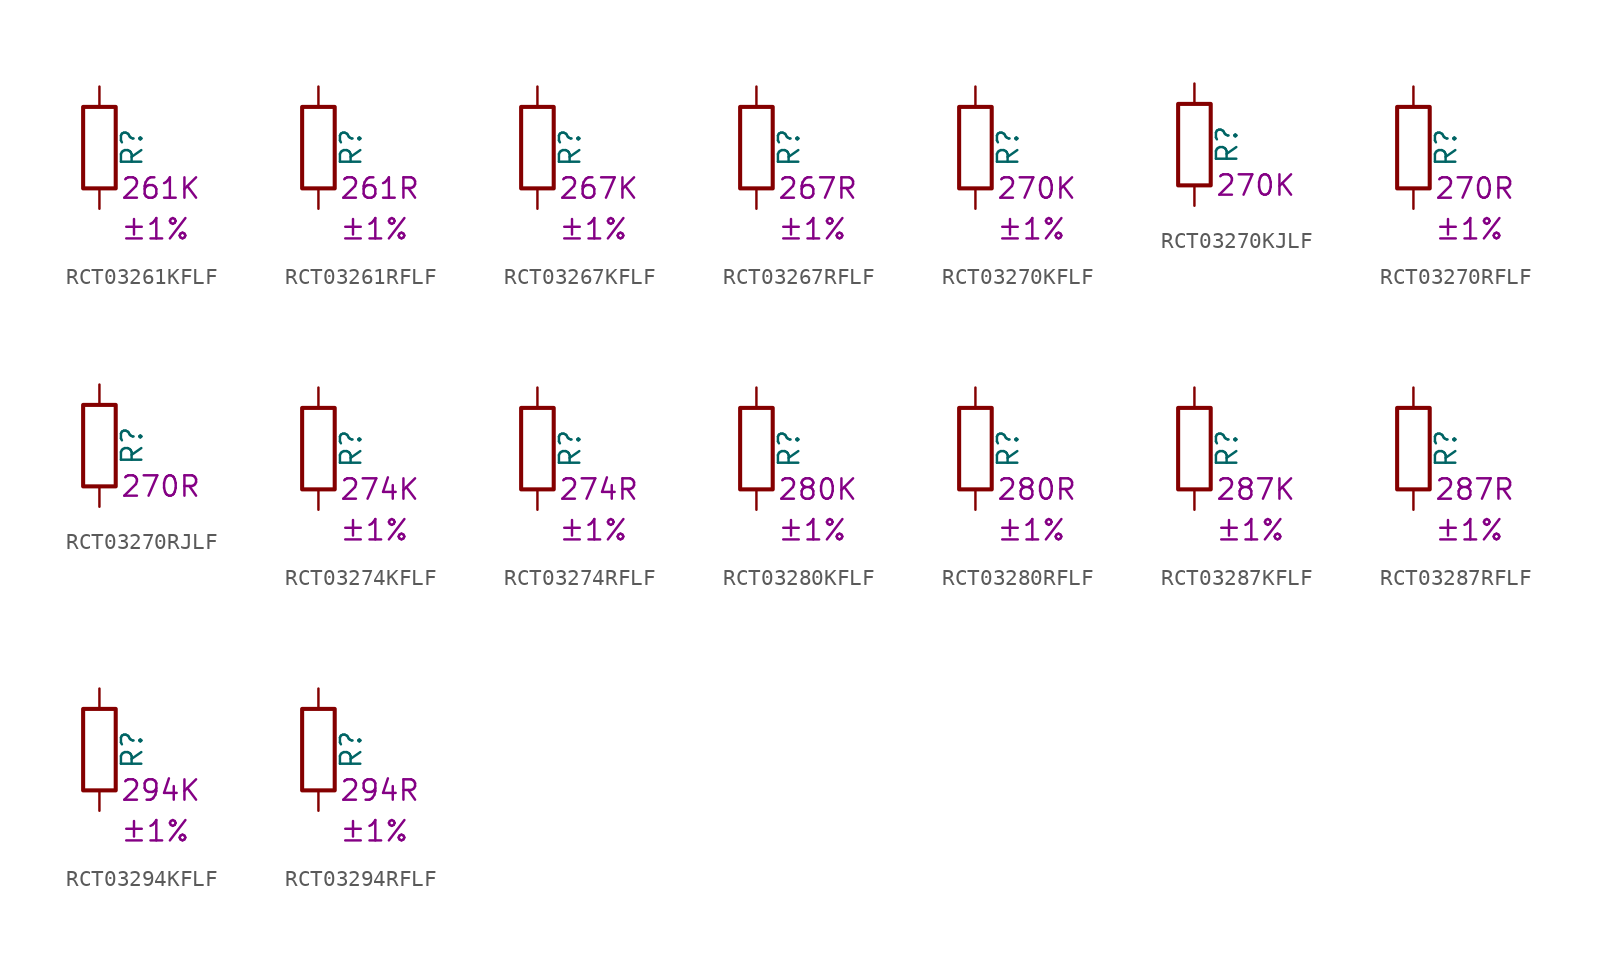
<source format=kicad_sym>
(kicad_symbol_lib
  (version 20220914)
  (generator kicad_symbol_editor)
  (symbol "RCT03261KFLF"
    (pin_numbers hide)
    (pin_names
      (offset 0))
    (property "Reference" "R"
      (at 2.032 0 90)
      (effects (font (size 1.27 1.27))))
    (property "Resistance" "261K"
      (at 1.27 -2.54 0)
      (effects (font (size 1.27 1.27)) (justify left)))
    (property "Tolerance" "±1%"
      (at 1.27 -5.08 0)
      (effects (font (size 1.27 1.27)) (justify left)))
    (symbol "RCT03261KFLF_0_1"
      (rectangle (start -1.016 -2.54) (end 1.016 2.54) (stroke (width 0.254) (type default)) (fill (type none))))
    (symbol "RCT03261KFLF_1_1"
      (pin passive line (at 0 3.81 270) (length 1.27) (name "~" (effects (font (size 1.27 1.27)))) (number "1" (effects (font (size 1.27 1.27)))))
      (pin passive line (at 0 -3.81 90) (length 1.27) (name "~" (effects (font (size 1.27 1.27)))) (number "2" (effects (font (size 1.27 1.27)))))))
  (symbol "RCT03261RFLF"
    (pin_numbers hide)
    (pin_names
      (offset 0))
    (property "Reference" "R"
      (at 2.032 0 90)
      (effects (font (size 1.27 1.27))))
    (property "Resistance" "261R"
      (at 1.27 -2.54 0)
      (effects (font (size 1.27 1.27)) (justify left)))
    (property "Tolerance" "±1%"
      (at 1.27 -5.08 0)
      (effects (font (size 1.27 1.27)) (justify left)))
    (symbol "RCT03261RFLF_0_1"
      (rectangle (start -1.016 -2.54) (end 1.016 2.54) (stroke (width 0.254) (type default)) (fill (type none))))
    (symbol "RCT03261RFLF_1_1"
      (pin passive line (at 0 3.81 270) (length 1.27) (name "~" (effects (font (size 1.27 1.27)))) (number "1" (effects (font (size 1.27 1.27)))))
      (pin passive line (at 0 -3.81 90) (length 1.27) (name "~" (effects (font (size 1.27 1.27)))) (number "2" (effects (font (size 1.27 1.27)))))))
  (symbol "RCT03267KFLF"
    (pin_numbers hide)
    (pin_names
      (offset 0))
    (property "Reference" "R"
      (at 2.032 0 90)
      (effects (font (size 1.27 1.27))))
    (property "Resistance" "267K"
      (at 1.27 -2.54 0)
      (effects (font (size 1.27 1.27)) (justify left)))
    (property "Tolerance" "±1%"
      (at 1.27 -5.08 0)
      (effects (font (size 1.27 1.27)) (justify left)))
    (symbol "RCT03267KFLF_0_1"
      (rectangle (start -1.016 -2.54) (end 1.016 2.54) (stroke (width 0.254) (type default)) (fill (type none))))
    (symbol "RCT03267KFLF_1_1"
      (pin passive line (at 0 3.81 270) (length 1.27) (name "~" (effects (font (size 1.27 1.27)))) (number "1" (effects (font (size 1.27 1.27)))))
      (pin passive line (at 0 -3.81 90) (length 1.27) (name "~" (effects (font (size 1.27 1.27)))) (number "2" (effects (font (size 1.27 1.27)))))))
  (symbol "RCT03267RFLF"
    (pin_numbers hide)
    (pin_names
      (offset 0))
    (property "Reference" "R"
      (at 2.032 0 90)
      (effects (font (size 1.27 1.27))))
    (property "Resistance" "267R"
      (at 1.27 -2.54 0)
      (effects (font (size 1.27 1.27)) (justify left)))
    (property "Tolerance" "±1%"
      (at 1.27 -5.08 0)
      (effects (font (size 1.27 1.27)) (justify left)))
    (symbol "RCT03267RFLF_0_1"
      (rectangle (start -1.016 -2.54) (end 1.016 2.54) (stroke (width 0.254) (type default)) (fill (type none))))
    (symbol "RCT03267RFLF_1_1"
      (pin passive line (at 0 3.81 270) (length 1.27) (name "~" (effects (font (size 1.27 1.27)))) (number "1" (effects (font (size 1.27 1.27)))))
      (pin passive line (at 0 -3.81 90) (length 1.27) (name "~" (effects (font (size 1.27 1.27)))) (number "2" (effects (font (size 1.27 1.27)))))))
  (symbol "RCT03270KFLF"
    (pin_numbers hide)
    (pin_names
      (offset 0))
    (property "Reference" "R"
      (at 2.032 0 90)
      (effects (font (size 1.27 1.27))))
    (property "Resistance" "270K"
      (at 1.27 -2.54 0)
      (effects (font (size 1.27 1.27)) (justify left)))
    (property "Tolerance" "±1%"
      (at 1.27 -5.08 0)
      (effects (font (size 1.27 1.27)) (justify left)))
    (symbol "RCT03270KFLF_0_1"
      (rectangle (start -1.016 -2.54) (end 1.016 2.54) (stroke (width 0.254) (type default)) (fill (type none))))
    (symbol "RCT03270KFLF_1_1"
      (pin passive line (at 0 3.81 270) (length 1.27) (name "~" (effects (font (size 1.27 1.27)))) (number "1" (effects (font (size 1.27 1.27)))))
      (pin passive line (at 0 -3.81 90) (length 1.27) (name "~" (effects (font (size 1.27 1.27)))) (number "2" (effects (font (size 1.27 1.27)))))))
  (symbol "RCT03270KJLF"
    (pin_numbers hide)
    (pin_names
      (offset 0))
    (property "Reference" "R"
      (at 2.032 0 90)
      (effects (font (size 1.27 1.27))))
    (property "Resistance" "270K"
      (at 1.27 -2.54 0)
      (effects (font (size 1.27 1.27)) (justify left)))
    (symbol "RCT03270KJLF_0_1"
      (rectangle (start -1.016 -2.54) (end 1.016 2.54) (stroke (width 0.254) (type default)) (fill (type none))))
    (symbol "RCT03270KJLF_1_1"
      (pin passive line (at 0 3.81 270) (length 1.27) (name "~" (effects (font (size 1.27 1.27)))) (number "1" (effects (font (size 1.27 1.27)))))
      (pin passive line (at 0 -3.81 90) (length 1.27) (name "~" (effects (font (size 1.27 1.27)))) (number "2" (effects (font (size 1.27 1.27)))))))
  (symbol "RCT03270RFLF"
    (pin_numbers hide)
    (pin_names
      (offset 0))
    (property "Reference" "R"
      (at 2.032 0 90)
      (effects (font (size 1.27 1.27))))
    (property "Resistance" "270R"
      (at 1.27 -2.54 0)
      (effects (font (size 1.27 1.27)) (justify left)))
    (property "Tolerance" "±1%"
      (at 1.27 -5.08 0)
      (effects (font (size 1.27 1.27)) (justify left)))
    (symbol "RCT03270RFLF_0_1"
      (rectangle (start -1.016 -2.54) (end 1.016 2.54) (stroke (width 0.254) (type default)) (fill (type none))))
    (symbol "RCT03270RFLF_1_1"
      (pin passive line (at 0 3.81 270) (length 1.27) (name "~" (effects (font (size 1.27 1.27)))) (number "1" (effects (font (size 1.27 1.27)))))
      (pin passive line (at 0 -3.81 90) (length 1.27) (name "~" (effects (font (size 1.27 1.27)))) (number "2" (effects (font (size 1.27 1.27)))))))
  (symbol "RCT03270RJLF"
    (pin_numbers hide)
    (pin_names
      (offset 0))
    (property "Reference" "R"
      (at 2.032 0 90)
      (effects (font (size 1.27 1.27))))
    (property "Resistance" "270R"
      (at 1.27 -2.54 0)
      (effects (font (size 1.27 1.27)) (justify left)))
    (symbol "RCT03270RJLF_0_1"
      (rectangle (start -1.016 -2.54) (end 1.016 2.54) (stroke (width 0.254) (type default)) (fill (type none))))
    (symbol "RCT03270RJLF_1_1"
      (pin passive line (at 0 3.81 270) (length 1.27) (name "~" (effects (font (size 1.27 1.27)))) (number "1" (effects (font (size 1.27 1.27)))))
      (pin passive line (at 0 -3.81 90) (length 1.27) (name "~" (effects (font (size 1.27 1.27)))) (number "2" (effects (font (size 1.27 1.27)))))))
  (symbol "RCT03274KFLF"
    (pin_numbers hide)
    (pin_names
      (offset 0))
    (property "Reference" "R"
      (at 2.032 0 90)
      (effects (font (size 1.27 1.27))))
    (property "Resistance" "274K"
      (at 1.27 -2.54 0)
      (effects (font (size 1.27 1.27)) (justify left)))
    (property "Tolerance" "±1%"
      (at 1.27 -5.08 0)
      (effects (font (size 1.27 1.27)) (justify left)))
    (symbol "RCT03274KFLF_0_1"
      (rectangle (start -1.016 -2.54) (end 1.016 2.54) (stroke (width 0.254) (type default)) (fill (type none))))
    (symbol "RCT03274KFLF_1_1"
      (pin passive line (at 0 3.81 270) (length 1.27) (name "~" (effects (font (size 1.27 1.27)))) (number "1" (effects (font (size 1.27 1.27)))))
      (pin passive line (at 0 -3.81 90) (length 1.27) (name "~" (effects (font (size 1.27 1.27)))) (number "2" (effects (font (size 1.27 1.27)))))))
  (symbol "RCT03274RFLF"
    (pin_numbers hide)
    (pin_names
      (offset 0))
    (property "Reference" "R"
      (at 2.032 0 90)
      (effects (font (size 1.27 1.27))))
    (property "Resistance" "274R"
      (at 1.27 -2.54 0)
      (effects (font (size 1.27 1.27)) (justify left)))
    (property "Tolerance" "±1%"
      (at 1.27 -5.08 0)
      (effects (font (size 1.27 1.27)) (justify left)))
    (symbol "RCT03274RFLF_0_1"
      (rectangle (start -1.016 -2.54) (end 1.016 2.54) (stroke (width 0.254) (type default)) (fill (type none))))
    (symbol "RCT03274RFLF_1_1"
      (pin passive line (at 0 3.81 270) (length 1.27) (name "~" (effects (font (size 1.27 1.27)))) (number "1" (effects (font (size 1.27 1.27)))))
      (pin passive line (at 0 -3.81 90) (length 1.27) (name "~" (effects (font (size 1.27 1.27)))) (number "2" (effects (font (size 1.27 1.27)))))))
  (symbol "RCT03280KFLF"
    (pin_numbers hide)
    (pin_names
      (offset 0))
    (property "Reference" "R"
      (at 2.032 0 90)
      (effects (font (size 1.27 1.27))))
    (property "Resistance" "280K"
      (at 1.27 -2.54 0)
      (effects (font (size 1.27 1.27)) (justify left)))
    (property "Tolerance" "±1%"
      (at 1.27 -5.08 0)
      (effects (font (size 1.27 1.27)) (justify left)))
    (symbol "RCT03280KFLF_0_1"
      (rectangle (start -1.016 -2.54) (end 1.016 2.54) (stroke (width 0.254) (type default)) (fill (type none))))
    (symbol "RCT03280KFLF_1_1"
      (pin passive line (at 0 3.81 270) (length 1.27) (name "~" (effects (font (size 1.27 1.27)))) (number "1" (effects (font (size 1.27 1.27)))))
      (pin passive line (at 0 -3.81 90) (length 1.27) (name "~" (effects (font (size 1.27 1.27)))) (number "2" (effects (font (size 1.27 1.27)))))))
  (symbol "RCT03280RFLF"
    (pin_numbers hide)
    (pin_names
      (offset 0))
    (property "Reference" "R"
      (at 2.032 0 90)
      (effects (font (size 1.27 1.27))))
    (property "Resistance" "280R"
      (at 1.27 -2.54 0)
      (effects (font (size 1.27 1.27)) (justify left)))
    (property "Tolerance" "±1%"
      (at 1.27 -5.08 0)
      (effects (font (size 1.27 1.27)) (justify left)))
    (symbol "RCT03280RFLF_0_1"
      (rectangle (start -1.016 -2.54) (end 1.016 2.54) (stroke (width 0.254) (type default)) (fill (type none))))
    (symbol "RCT03280RFLF_1_1"
      (pin passive line (at 0 3.81 270) (length 1.27) (name "~" (effects (font (size 1.27 1.27)))) (number "1" (effects (font (size 1.27 1.27)))))
      (pin passive line (at 0 -3.81 90) (length 1.27) (name "~" (effects (font (size 1.27 1.27)))) (number "2" (effects (font (size 1.27 1.27)))))))
  (symbol "RCT03287KFLF"
    (pin_numbers hide)
    (pin_names
      (offset 0))
    (property "Reference" "R"
      (at 2.032 0 90)
      (effects (font (size 1.27 1.27))))
    (property "Resistance" "287K"
      (at 1.27 -2.54 0)
      (effects (font (size 1.27 1.27)) (justify left)))
    (property "Tolerance" "±1%"
      (at 1.27 -5.08 0)
      (effects (font (size 1.27 1.27)) (justify left)))
    (symbol "RCT03287KFLF_0_1"
      (rectangle (start -1.016 -2.54) (end 1.016 2.54) (stroke (width 0.254) (type default)) (fill (type none))))
    (symbol "RCT03287KFLF_1_1"
      (pin passive line (at 0 3.81 270) (length 1.27) (name "~" (effects (font (size 1.27 1.27)))) (number "1" (effects (font (size 1.27 1.27)))))
      (pin passive line (at 0 -3.81 90) (length 1.27) (name "~" (effects (font (size 1.27 1.27)))) (number "2" (effects (font (size 1.27 1.27)))))))
  (symbol "RCT03287RFLF"
    (pin_numbers hide)
    (pin_names
      (offset 0))
    (property "Reference" "R"
      (at 2.032 0 90)
      (effects (font (size 1.27 1.27))))
    (property "Resistance" "287R"
      (at 1.27 -2.54 0)
      (effects (font (size 1.27 1.27)) (justify left)))
    (property "Tolerance" "±1%"
      (at 1.27 -5.08 0)
      (effects (font (size 1.27 1.27)) (justify left)))
    (symbol "RCT03287RFLF_0_1"
      (rectangle (start -1.016 -2.54) (end 1.016 2.54) (stroke (width 0.254) (type default)) (fill (type none))))
    (symbol "RCT03287RFLF_1_1"
      (pin passive line (at 0 3.81 270) (length 1.27) (name "~" (effects (font (size 1.27 1.27)))) (number "1" (effects (font (size 1.27 1.27)))))
      (pin passive line (at 0 -3.81 90) (length 1.27) (name "~" (effects (font (size 1.27 1.27)))) (number "2" (effects (font (size 1.27 1.27)))))))
  (symbol "RCT03294KFLF"
    (pin_numbers hide)
    (pin_names
      (offset 0))
    (property "Reference" "R"
      (at 2.032 0 90)
      (effects (font (size 1.27 1.27))))
    (property "Resistance" "294K"
      (at 1.27 -2.54 0)
      (effects (font (size 1.27 1.27)) (justify left)))
    (property "Tolerance" "±1%"
      (at 1.27 -5.08 0)
      (effects (font (size 1.27 1.27)) (justify left)))
    (symbol "RCT03294KFLF_0_1"
      (rectangle (start -1.016 -2.54) (end 1.016 2.54) (stroke (width 0.254) (type default)) (fill (type none))))
    (symbol "RCT03294KFLF_1_1"
      (pin passive line (at 0 3.81 270) (length 1.27) (name "~" (effects (font (size 1.27 1.27)))) (number "1" (effects (font (size 1.27 1.27)))))
      (pin passive line (at 0 -3.81 90) (length 1.27) (name "~" (effects (font (size 1.27 1.27)))) (number "2" (effects (font (size 1.27 1.27)))))))
  (symbol "RCT03294RFLF"
    (pin_numbers hide)
    (pin_names
      (offset 0))
    (property "Reference" "R"
      (at 2.032 0 90)
      (effects (font (size 1.27 1.27))))
    (property "Resistance" "294R"
      (at 1.27 -2.54 0)
      (effects (font (size 1.27 1.27)) (justify left)))
    (property "Tolerance" "±1%"
      (at 1.27 -5.08 0)
      (effects (font (size 1.27 1.27)) (justify left)))
    (symbol "RCT03294RFLF_0_1"
      (rectangle (start -1.016 -2.54) (end 1.016 2.54) (stroke (width 0.254) (type default)) (fill (type none))))
    (symbol "RCT03294RFLF_1_1"
      (pin passive line (at 0 3.81 270) (length 1.27) (name "~" (effects (font (size 1.27 1.27)))) (number "1" (effects (font (size 1.27 1.27)))))
      (pin passive line (at 0 -3.81 90) (length 1.27) (name "~" (effects (font (size 1.27 1.27)))) (number "2" (effects (font (size 1.27 1.27))))))))
</source>
